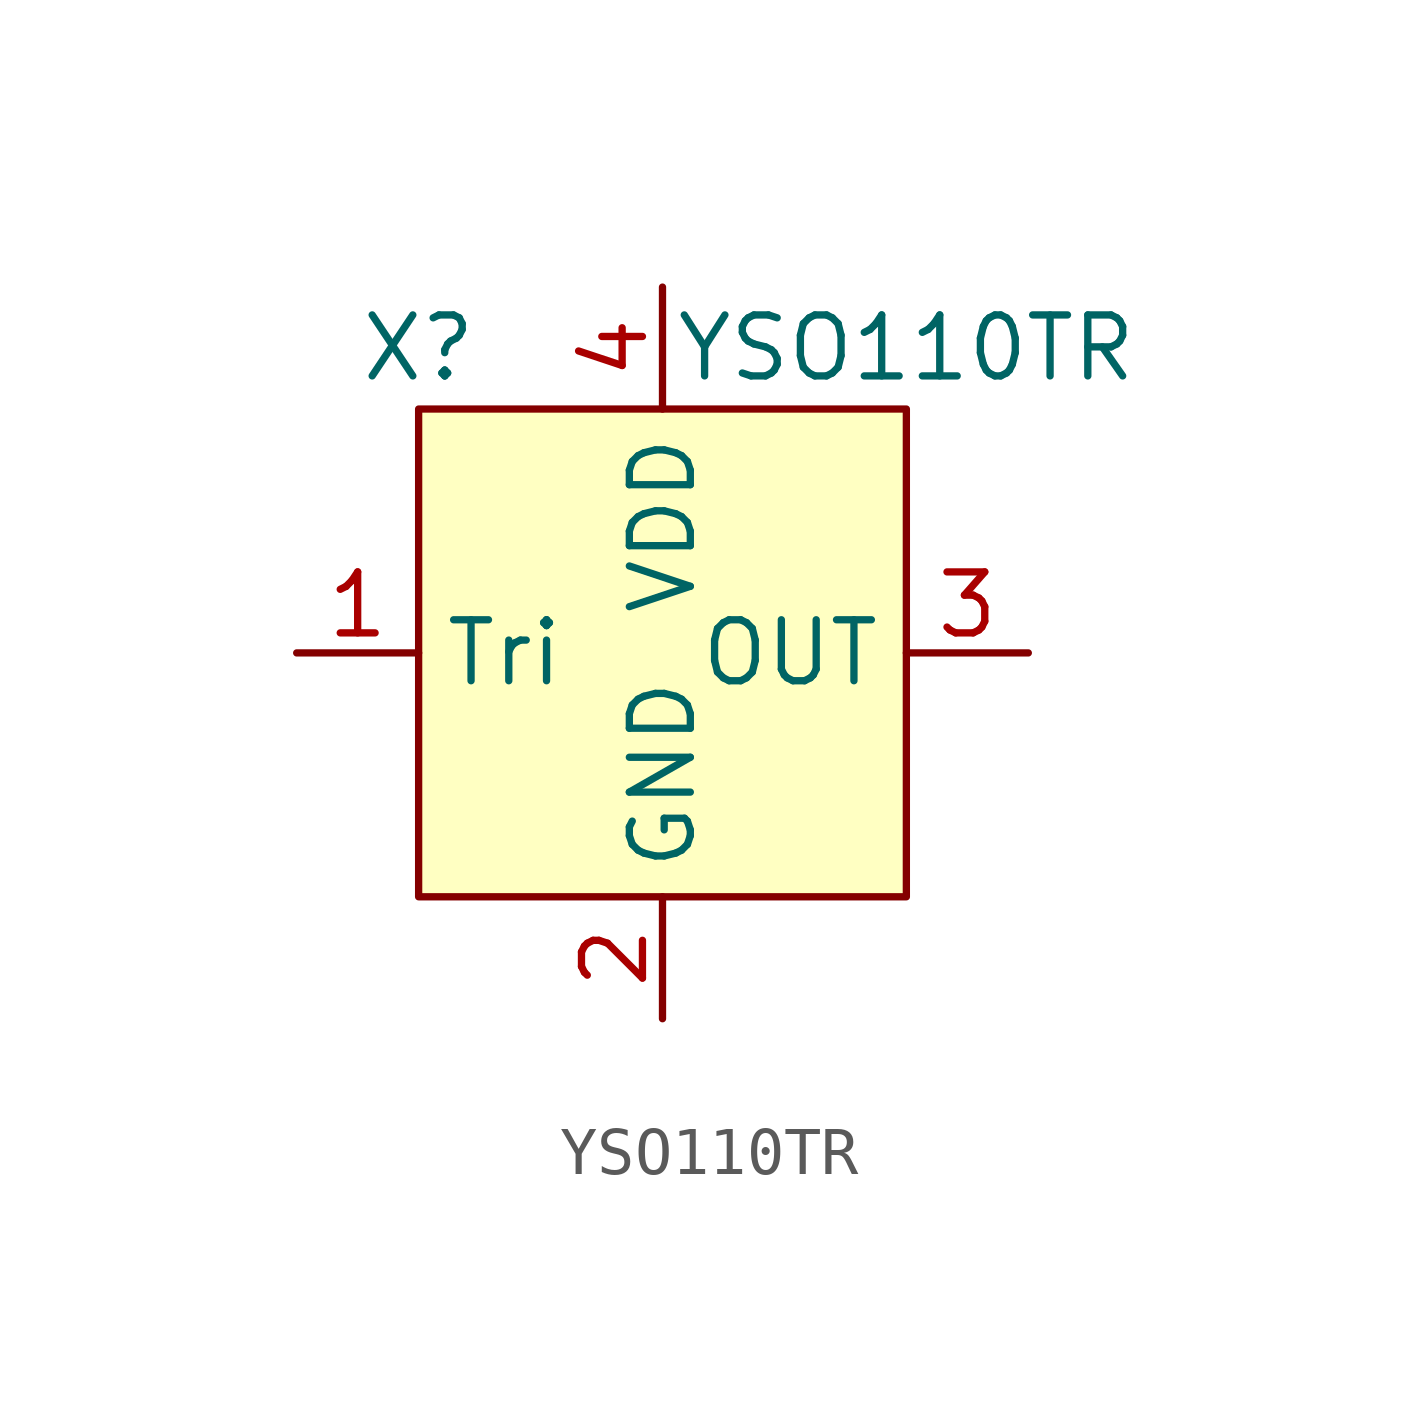
<source format=kicad_sym>
(kicad_symbol_lib
  (version 20211014)
  (generator kicad_symbol_editor)
  (symbol "YSO110TR"
    (property "Reference" "X"
      (at -5.08 6.35 0)
      (effects (font (size 1.27 1.27))))
    (property "Value" "YSO110TR"
      (at 5.08 6.35 0)
      (effects (font (size 1.27 1.27))))
    (symbol "YSO110TR_0_1"
      (rectangle (start -5.08 5.08) (end 5.08 -5.08) (stroke (width 0) (type default) (color 0 0 0 0)) (fill (type background))))
    (symbol "YSO110TR_1_1"
      (pin input line (at -7.62 0 0) (length 2.54) (name "Tri" (effects (font (size 1.27 1.27)))) (number "1" (effects (font (size 1.27 1.27)))))
      (pin input line (at 0 -7.62 90) (length 2.54) (name "GND" (effects (font (size 1.27 1.27)))) (number "2" (effects (font (size 1.27 1.27)))))
      (pin output line (at 7.62 0 180) (length 2.54) (name "OUT" (effects (font (size 1.27 1.27)))) (number "3" (effects (font (size 1.27 1.27)))))
      (pin input line (at 0 7.62 270) (length 2.54) (name "VDD" (effects (font (size 1.27 1.27)))) (number "4" (effects (font (size 1.27 1.27))))))))
</source>
